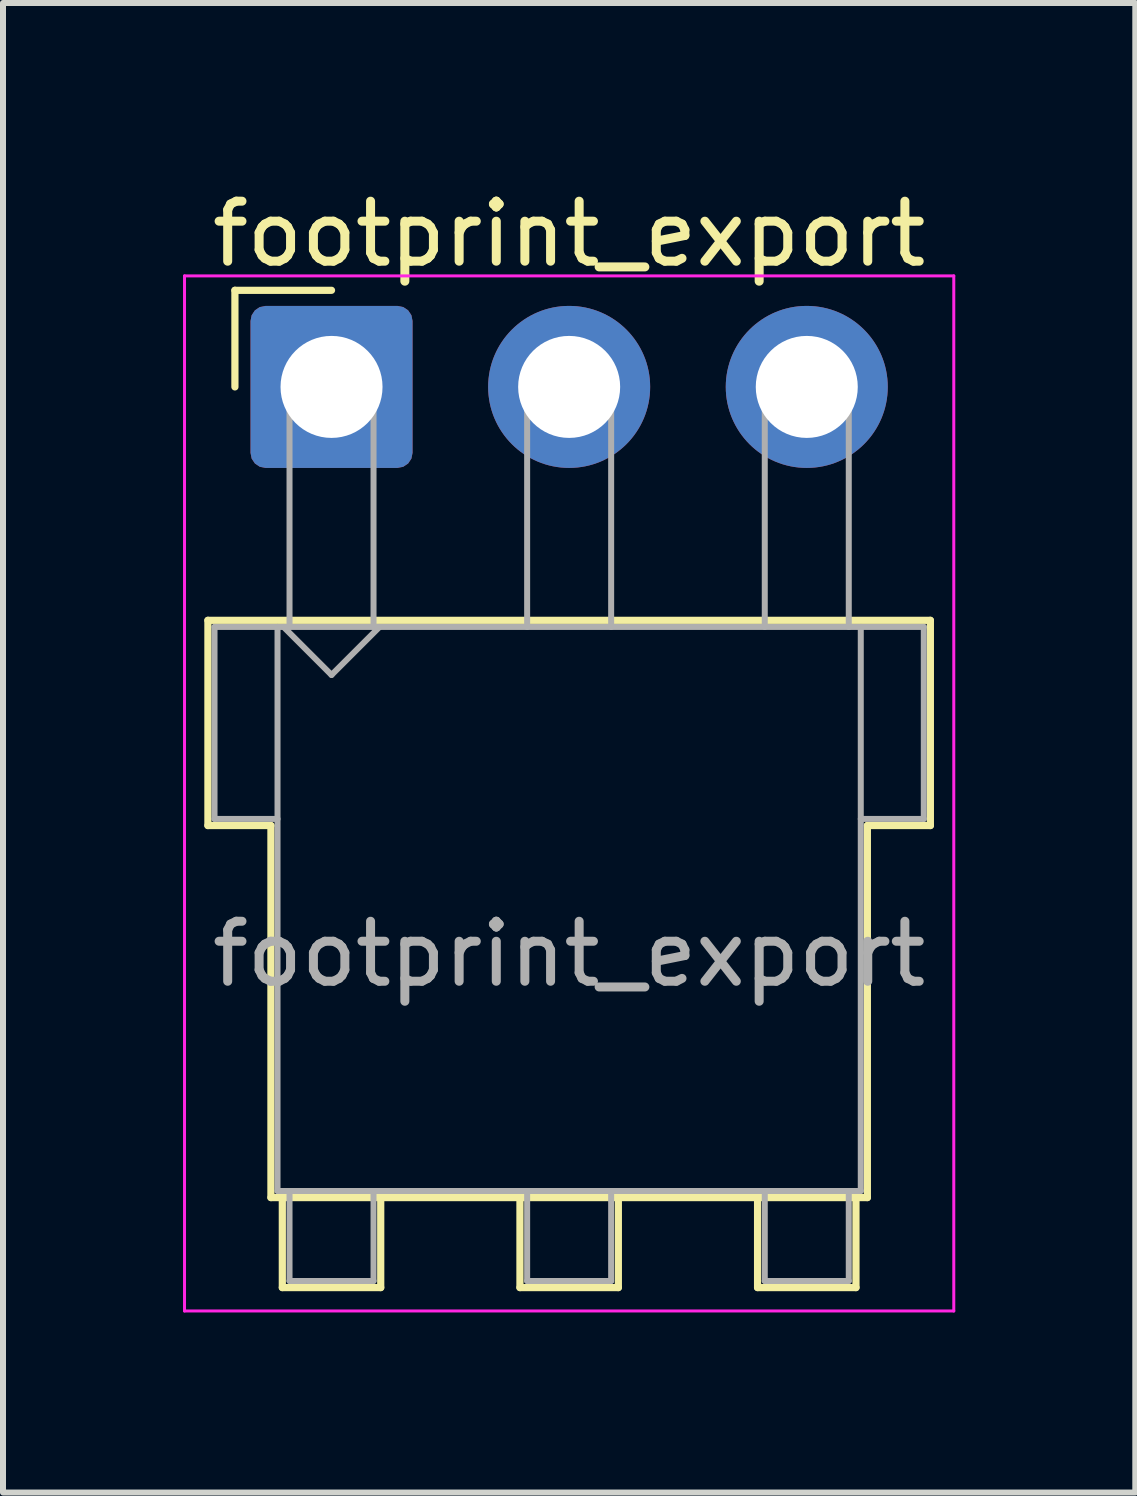
<source format=kicad_pcb>
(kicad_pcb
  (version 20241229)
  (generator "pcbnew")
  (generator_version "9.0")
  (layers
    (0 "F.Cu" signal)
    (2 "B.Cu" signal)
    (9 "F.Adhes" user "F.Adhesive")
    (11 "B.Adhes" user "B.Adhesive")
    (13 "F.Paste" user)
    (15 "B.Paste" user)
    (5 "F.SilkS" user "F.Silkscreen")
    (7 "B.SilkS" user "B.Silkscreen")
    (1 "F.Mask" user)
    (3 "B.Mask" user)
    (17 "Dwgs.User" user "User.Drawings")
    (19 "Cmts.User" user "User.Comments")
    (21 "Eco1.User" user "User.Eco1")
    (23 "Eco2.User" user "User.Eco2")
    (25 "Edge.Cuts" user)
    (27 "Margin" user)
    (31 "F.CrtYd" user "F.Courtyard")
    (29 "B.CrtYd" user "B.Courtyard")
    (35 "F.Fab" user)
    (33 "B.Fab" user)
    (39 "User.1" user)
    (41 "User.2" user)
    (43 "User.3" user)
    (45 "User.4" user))
  (footprint "footprint_export"
    (layer "F.Cu")
    (at 2.475 3.398)
    (property "Reference" "footprint_export" (at 3.96 -2.55 0) (layer "F.SilkS") (effects (font (size 1 1) (thickness 0.15))))
    (attr through_hole)
    (fp_line (start -2.06 3.89) (end 9.98 3.89) (stroke (width 0.12) (type solid)) (layer "F.SilkS"))
    (fp_line (start -2.06 7.31) (end -2.06 3.89) (stroke (width 0.12) (type solid)) (layer "F.SilkS"))
    (fp_line (start -1.61 -1.61) (end -1.61 0) (stroke (width 0.12) (type solid)) (layer "F.SilkS"))
    (fp_line (start -1.01 7.31) (end -2.06 7.31) (stroke (width 0.12) (type solid)) (layer "F.SilkS"))
    (fp_line (start -1.01 13.51) (end -1.01 7.31) (stroke (width 0.12) (type solid)) (layer "F.SilkS"))
    (fp_line (start -0.82 13.51) (end -0.82 15.01) (stroke (width 0.12) (type solid)) (layer "F.SilkS"))
    (fp_line (start -0.82 15.01) (end 0.82 15.01) (stroke (width 0.12) (type solid)) (layer "F.SilkS"))
    (fp_line (start 0 -1.61) (end -1.61 -1.61) (stroke (width 0.12) (type solid)) (layer "F.SilkS"))
    (fp_line (start 0.82 15.01) (end 0.82 13.51) (stroke (width 0.12) (type solid)) (layer "F.SilkS"))
    (fp_line (start 3.14 13.51) (end 3.14 15.01) (stroke (width 0.12) (type solid)) (layer "F.SilkS"))
    (fp_line (start 3.14 15.01) (end 4.78 15.01) (stroke (width 0.12) (type solid)) (layer "F.SilkS"))
    (fp_line (start 4.78 15.01) (end 4.78 13.51) (stroke (width 0.12) (type solid)) (layer "F.SilkS"))
    (fp_line (start 7.1 13.51) (end 7.1 15.01) (stroke (width 0.12) (type solid)) (layer "F.SilkS"))
    (fp_line (start 7.1 15.01) (end 8.74 15.01) (stroke (width 0.12) (type solid)) (layer "F.SilkS"))
    (fp_line (start 8.74 15.01) (end 8.74 13.51) (stroke (width 0.12) (type solid)) (layer "F.SilkS"))
    (fp_line (start 8.93 7.31) (end 8.93 13.51) (stroke (width 0.12) (type solid)) (layer "F.SilkS"))
    (fp_line (start 8.93 13.51) (end -1.01 13.51) (stroke (width 0.12) (type solid)) (layer "F.SilkS"))
    (fp_line (start 9.98 3.89) (end 9.98 7.31) (stroke (width 0.12) (type solid)) (layer "F.SilkS"))
    (fp_line (start 9.98 7.31) (end 8.93 7.31) (stroke (width 0.12) (type solid)) (layer "F.SilkS"))
    (fp_line (start -2.45 -1.85) (end -2.45 15.4) (stroke (width 0.05) (type solid)) (layer "F.CrtYd"))
    (fp_line (start -2.45 15.4) (end 10.37 15.4) (stroke (width 0.05) (type solid)) (layer "F.CrtYd"))
    (fp_line (start 10.37 -1.85) (end -2.45 -1.85) (stroke (width 0.05) (type solid)) (layer "F.CrtYd"))
    (fp_line (start 10.37 15.4) (end 10.37 -1.85) (stroke (width 0.05) (type solid)) (layer "F.CrtYd"))
    (fp_line (start -1.95 4) (end -0.9 4) (stroke (width 0.1) (type solid)) (layer "F.Fab"))
    (fp_line (start -1.95 7.2) (end -1.95 4) (stroke (width 0.1) (type solid)) (layer "F.Fab"))
    (fp_line (start -0.9 4) (end -0.9 13.4) (stroke (width 0.1) (type solid)) (layer "F.Fab"))
    (fp_line (start -0.9 7.2) (end -1.95 7.2) (stroke (width 0.1) (type solid)) (layer "F.Fab"))
    (fp_line (start -0.9 13.4) (end 8.82 13.4) (stroke (width 0.1) (type solid)) (layer "F.Fab"))
    (fp_line (start -0.8 4) (end 0 4.8) (stroke (width 0.1) (type solid)) (layer "F.Fab"))
    (fp_line (start -0.7 0) (end 0.7 0) (stroke (width 0.1) (type solid)) (layer "F.Fab"))
    (fp_line (start -0.7 4) (end -0.7 0) (stroke (width 0.1) (type solid)) (layer "F.Fab"))
    (fp_line (start -0.7 13.4) (end -0.7 14.9) (stroke (width 0.1) (type solid)) (layer "F.Fab"))
    (fp_line (start -0.7 14.9) (end 0.7 14.9) (stroke (width 0.1) (type solid)) (layer "F.Fab"))
    (fp_line (start 0 4.8) (end 0.8 4) (stroke (width 0.1) (type solid)) (layer "F.Fab"))
    (fp_line (start 0.7 0) (end 0.7 4) (stroke (width 0.1) (type solid)) (layer "F.Fab"))
    (fp_line (start 0.7 14.9) (end 0.7 13.4) (stroke (width 0.1) (type solid)) (layer "F.Fab"))
    (fp_line (start 3.26 0) (end 4.66 0) (stroke (width 0.1) (type solid)) (layer "F.Fab"))
    (fp_line (start 3.26 4) (end 3.26 0) (stroke (width 0.1) (type solid)) (layer "F.Fab"))
    (fp_line (start 3.26 13.4) (end 3.26 14.9) (stroke (width 0.1) (type solid)) (layer "F.Fab"))
    (fp_line (start 3.26 14.9) (end 4.66 14.9) (stroke (width 0.1) (type solid)) (layer "F.Fab"))
    (fp_line (start 4.66 0) (end 4.66 4) (stroke (width 0.1) (type solid)) (layer "F.Fab"))
    (fp_line (start 4.66 14.9) (end 4.66 13.4) (stroke (width 0.1) (type solid)) (layer "F.Fab"))
    (fp_line (start 7.22 0) (end 8.62 0) (stroke (width 0.1) (type solid)) (layer "F.Fab"))
    (fp_line (start 7.22 4) (end 7.22 0) (stroke (width 0.1) (type solid)) (layer "F.Fab"))
    (fp_line (start 7.22 13.4) (end 7.22 14.9) (stroke (width 0.1) (type solid)) (layer "F.Fab"))
    (fp_line (start 7.22 14.9) (end 8.62 14.9) (stroke (width 0.1) (type solid)) (layer "F.Fab"))
    (fp_line (start 8.62 0) (end 8.62 4) (stroke (width 0.1) (type solid)) (layer "F.Fab"))
    (fp_line (start 8.62 14.9) (end 8.62 13.4) (stroke (width 0.1) (type solid)) (layer "F.Fab"))
    (fp_line (start 8.82 4) (end -0.9 4) (stroke (width 0.1) (type solid)) (layer "F.Fab"))
    (fp_line (start 8.82 4) (end 9.87 4) (stroke (width 0.1) (type solid)) (layer "F.Fab"))
    (fp_line (start 8.82 13.4) (end 8.82 4) (stroke (width 0.1) (type solid)) (layer "F.Fab"))
    (fp_line (start 9.87 4) (end 9.87 7.2) (stroke (width 0.1) (type solid)) (layer "F.Fab"))
    (fp_line (start 9.87 7.2) (end 8.82 7.2) (stroke (width 0.1) (type solid)) (layer "F.Fab"))
    (fp_text user "${REFERENCE}" (at 3.96 9.45 0) (layer "F.Fab") (effects (font (size 1 1) (thickness 0.15))))
    (pad "1" thru_hole roundrect (at 0 0) (size 2.7 2.7) (drill 1.7) (layers "*.Cu" "*.Mask") (roundrect_rratio 0.093))
    (pad "2" thru_hole circle (at 3.96 0) (size 2.7 2.7) (drill 1.7) (layers "*.Cu" "*.Mask"))
    (pad "3" thru_hole circle (at 7.92 0) (size 2.7 2.7) (drill 1.7) (layers "*.Cu" "*.Mask")))
  (gr_rect
    (start -3 -3)
    (end 15.87 21.823)
    (stroke (width 0.1) (type default))
    (fill no)
    (layer "Edge.Cuts")))
</source>
